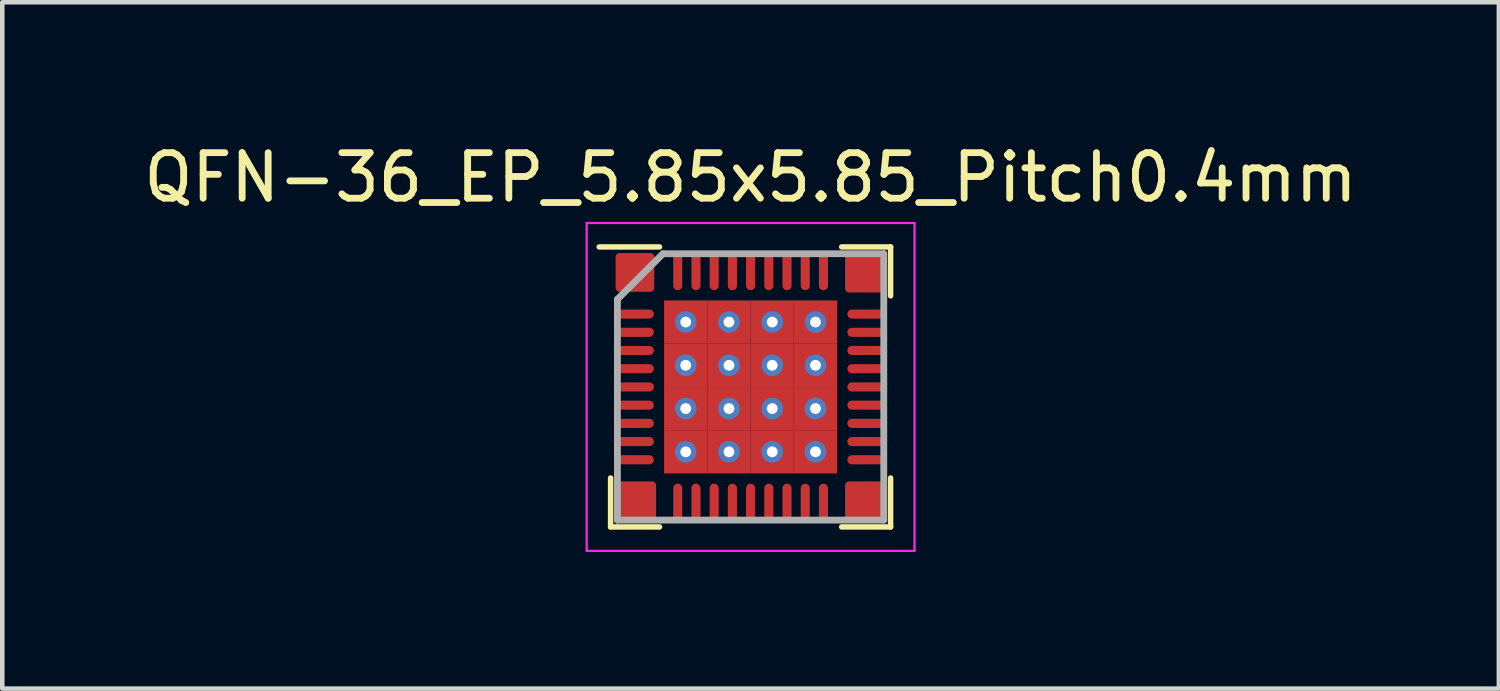
<source format=kicad_pcb>
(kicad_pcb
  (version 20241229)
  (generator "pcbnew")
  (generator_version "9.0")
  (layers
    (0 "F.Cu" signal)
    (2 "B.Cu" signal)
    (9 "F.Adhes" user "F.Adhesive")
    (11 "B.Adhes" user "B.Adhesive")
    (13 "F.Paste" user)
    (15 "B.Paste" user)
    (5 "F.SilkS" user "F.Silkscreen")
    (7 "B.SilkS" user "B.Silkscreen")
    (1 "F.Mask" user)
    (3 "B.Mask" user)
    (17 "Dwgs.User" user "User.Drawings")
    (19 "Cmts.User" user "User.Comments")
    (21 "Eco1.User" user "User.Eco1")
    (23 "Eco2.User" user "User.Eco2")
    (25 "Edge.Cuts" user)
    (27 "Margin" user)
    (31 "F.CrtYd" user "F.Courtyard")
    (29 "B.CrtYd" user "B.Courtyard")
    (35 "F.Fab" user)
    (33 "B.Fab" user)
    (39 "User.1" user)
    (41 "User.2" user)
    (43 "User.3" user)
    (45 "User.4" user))
  (footprint "QFN-36_EP_5.85x5.85_Pitch0.4mm"
    (layer "F.Cu")
    (at 13.435 5.448)
    (property "Reference" "QFN-36_EP_5.85x5.85_Pitch0.4mm" (at 0 -4.6 0) (layer "F.SilkS") (effects (font (size 1 1) (thickness 0.15))))
    (attr smd)
    (fp_line (start -3.075 3.075) (end -3.075 2) (stroke (width 0.12) (type solid)) (layer "F.SilkS"))
    (fp_line (start -2 -3.075) (end -3.325 -3.075) (stroke (width 0.12) (type solid)) (layer "F.SilkS"))
    (fp_line (start -2 3.075) (end -3.075 3.075) (stroke (width 0.12) (type solid)) (layer "F.SilkS"))
    (fp_line (start 2 -3.075) (end 3.075 -3.075) (stroke (width 0.12) (type solid)) (layer "F.SilkS"))
    (fp_line (start 2 3.075) (end 3.075 3.075) (stroke (width 0.12) (type solid)) (layer "F.SilkS"))
    (fp_line (start 3.075 -3.075) (end 3.075 -2) (stroke (width 0.12) (type solid)) (layer "F.SilkS"))
    (fp_line (start 3.075 3.075) (end 3.075 2) (stroke (width 0.12) (type solid)) (layer "F.SilkS"))
    (fp_line (start -3.6 -3.6) (end 3.6 -3.6) (stroke (width 0.05) (type solid)) (layer "F.CrtYd"))
    (fp_line (start -3.6 3.6) (end -3.6 -3.6) (stroke (width 0.05) (type solid)) (layer "F.CrtYd"))
    (fp_line (start 3.6 -3.6) (end 3.6 3.6) (stroke (width 0.05) (type solid)) (layer "F.CrtYd"))
    (fp_line (start 3.6 3.6) (end -3.6 3.6) (stroke (width 0.05) (type solid)) (layer "F.CrtYd"))
    (fp_line (start -2.925 -1.925) (end -2.925 2.925) (stroke (width 0.15) (type solid)) (layer "F.Fab"))
    (fp_line (start -2.925 2.925) (end 2.925 2.925) (stroke (width 0.15) (type solid)) (layer "F.Fab"))
    (fp_line (start -1.925 -2.925) (end -2.925 -1.925) (stroke (width 0.15) (type solid)) (layer "F.Fab"))
    (fp_line (start 2.925 -2.925) (end -1.925 -2.925) (stroke (width 0.15) (type solid)) (layer "F.Fab"))
    (fp_line (start 2.925 2.925) (end 2.925 -2.925) (stroke (width 0.15) (type solid)) (layer "F.Fab"))
    (pad "" smd roundrect (at -2.54 -2.515) (size 0.85 0.85) (layers "F.Cu" "F.Mask" "F.Paste") (roundrect_rratio 0.1))
    (pad "" smd roundrect (at -2.5 2.5) (size 0.85 0.85) (layers "F.Cu" "F.Mask" "F.Paste") (roundrect_rratio 0.1))
    (pad "" smd roundrect (at 2.5 -2.5) (size 0.85 0.85) (layers "F.Cu" "F.Mask" "F.Paste") (roundrect_rratio 0.1))
    (pad "" smd roundrect (at 2.5 2.5) (size 0.85 0.85) (layers "F.Cu" "F.Mask" "F.Paste") (roundrect_rratio 0.1))
    (pad "1" smd oval (at -2.525 -1.6 90) (size 0.2 0.8) (layers "F.Cu" "F.Mask" "F.Paste"))
    (pad "2" smd oval (at -2.525 -1.2 90) (size 0.2 0.8) (layers "F.Cu" "F.Mask" "F.Paste"))
    (pad "3" smd oval (at -2.525 -0.8 90) (size 0.2 0.8) (layers "F.Cu" "F.Mask" "F.Paste"))
    (pad "4" smd oval (at -2.525 -0.4 90) (size 0.2 0.8) (layers "F.Cu" "F.Mask" "F.Paste"))
    (pad "5" smd oval (at -2.525 0 90) (size 0.2 0.8) (layers "F.Cu" "F.Mask" "F.Paste"))
    (pad "6" smd oval (at -2.525 0.4 90) (size 0.2 0.8) (layers "F.Cu" "F.Mask" "F.Paste"))
    (pad "7" smd oval (at -2.525 0.8 90) (size 0.2 0.8) (layers "F.Cu" "F.Mask" "F.Paste"))
    (pad "8" smd oval (at -2.525 1.2 90) (size 0.2 0.8) (layers "F.Cu" "F.Mask" "F.Paste"))
    (pad "9" smd oval (at -2.525 1.6 90) (size 0.2 0.8) (layers "F.Cu" "F.Mask" "F.Paste"))
    (pad "10" smd oval (at -1.6 2.525) (size 0.2 0.8) (layers "F.Cu" "F.Mask" "F.Paste"))
    (pad "11" smd oval (at -1.2 2.525) (size 0.2 0.8) (layers "F.Cu" "F.Mask" "F.Paste"))
    (pad "12" smd oval (at -0.8 2.525) (size 0.2 0.8) (layers "F.Cu" "F.Mask" "F.Paste"))
    (pad "13" smd oval (at -0.4 2.525) (size 0.2 0.8) (layers "F.Cu" "F.Mask" "F.Paste"))
    (pad "14" smd oval (at 0 2.525) (size 0.2 0.8) (layers "F.Cu" "F.Mask" "F.Paste"))
    (pad "15" smd oval (at 0.4 2.525) (size 0.2 0.8) (layers "F.Cu" "F.Mask" "F.Paste"))
    (pad "16" smd oval (at 0.8 2.525) (size 0.2 0.8) (layers "F.Cu" "F.Mask" "F.Paste"))
    (pad "17" smd oval (at 1.2 2.525) (size 0.2 0.8) (layers "F.Cu" "F.Mask" "F.Paste"))
    (pad "18" smd oval (at 1.6 2.525) (size 0.2 0.8) (layers "F.Cu" "F.Mask" "F.Paste"))
    (pad "19" smd oval (at 2.525 1.6 90) (size 0.2 0.8) (layers "F.Cu" "F.Mask" "F.Paste"))
    (pad "20" smd oval (at 2.525 1.2 90) (size 0.2 0.8) (layers "F.Cu" "F.Mask" "F.Paste"))
    (pad "21" smd oval (at 2.525 0.8 90) (size 0.2 0.8) (layers "F.Cu" "F.Mask" "F.Paste"))
    (pad "22" smd oval (at 2.525 0.4 90) (size 0.2 0.8) (layers "F.Cu" "F.Mask" "F.Paste"))
    (pad "23" smd oval (at 2.525 0 90) (size 0.2 0.8) (layers "F.Cu" "F.Mask" "F.Paste"))
    (pad "24" smd oval (at 2.525 -0.4 90) (size 0.2 0.8) (layers "F.Cu" "F.Mask" "F.Paste"))
    (pad "25" smd oval (at 2.525 -0.8 90) (size 0.2 0.8) (layers "F.Cu" "F.Mask" "F.Paste"))
    (pad "26" smd oval (at 2.525 -1.2 90) (size 0.2 0.8) (layers "F.Cu" "F.Mask" "F.Paste"))
    (pad "27" smd oval (at 2.525 -1.6 90) (size 0.2 0.8) (layers "F.Cu" "F.Mask" "F.Paste"))
    (pad "28" smd oval (at 1.6 -2.525) (size 0.2 0.8) (layers "F.Cu" "F.Mask" "F.Paste"))
    (pad "29" smd oval (at 1.2 -2.525) (size 0.2 0.8) (layers "F.Cu" "F.Mask" "F.Paste"))
    (pad "30" smd oval (at 0.8 -2.525) (size 0.2 0.8) (layers "F.Cu" "F.Mask" "F.Paste"))
    (pad "31" smd oval (at 0.4 -2.525) (size 0.2 0.8) (layers "F.Cu" "F.Mask" "F.Paste"))
    (pad "32" smd oval (at 0 -2.525) (size 0.2 0.8) (layers "F.Cu" "F.Mask" "F.Paste"))
    (pad "33" smd oval (at -0.4 -2.525) (size 0.2 0.8) (layers "F.Cu" "F.Mask" "F.Paste"))
    (pad "34" smd oval (at -0.8 -2.525) (size 0.2 0.8) (layers "F.Cu" "F.Mask" "F.Paste"))
    (pad "35" smd oval (at -1.2 -2.525) (size 0.2 0.8) (layers "F.Cu" "F.Mask" "F.Paste"))
    (pad "36" smd oval (at -1.6 -2.525) (size 0.2 0.8) (layers "F.Cu" "F.Mask" "F.Paste"))
    (pad "37" thru_hole circle (at -1.425 -1.425) (size 0.475 0.475) (drill 0.237) (layers "*.Cu" "*.Mask"))
    (pad "37" smd rect (at -1.425 -1.425) (size 0.95 0.95) (layers "F.Cu" "F.Mask" "F.Paste"))
    (pad "37" thru_hole circle (at -1.425 -0.475) (size 0.475 0.475) (drill 0.237) (layers "*.Cu" "*.Mask"))
    (pad "37" smd rect (at -1.425 -0.475) (size 0.95 0.95) (layers "F.Cu" "F.Mask" "F.Paste"))
    (pad "37" thru_hole circle (at -1.425 0.475) (size 0.475 0.475) (drill 0.237) (layers "*.Cu" "*.Mask"))
    (pad "37" smd rect (at -1.425 0.475) (size 0.95 0.95) (layers "F.Cu" "F.Mask" "F.Paste"))
    (pad "37" thru_hole circle (at -1.425 1.425) (size 0.475 0.475) (drill 0.237) (layers "*.Cu" "*.Mask"))
    (pad "37" smd rect (at -1.425 1.425) (size 0.95 0.95) (layers "F.Cu" "F.Mask" "F.Paste"))
    (pad "37" thru_hole circle (at -0.475 -1.425) (size 0.475 0.475) (drill 0.237) (layers "*.Cu" "*.Mask"))
    (pad "37" smd rect (at -0.475 -1.425) (size 0.95 0.95) (layers "F.Cu" "F.Mask" "F.Paste"))
    (pad "37" thru_hole circle (at -0.475 -0.475) (size 0.475 0.475) (drill 0.237) (layers "*.Cu" "*.Mask"))
    (pad "37" smd rect (at -0.475 -0.475) (size 0.95 0.95) (layers "F.Cu" "F.Mask" "F.Paste"))
    (pad "37" thru_hole circle (at -0.475 0.475) (size 0.475 0.475) (drill 0.237) (layers "*.Cu" "*.Mask"))
    (pad "37" smd rect (at -0.475 0.475) (size 0.95 0.95) (layers "F.Cu" "F.Mask" "F.Paste"))
    (pad "37" thru_hole circle (at -0.475 1.425) (size 0.475 0.475) (drill 0.237) (layers "*.Cu" "*.Mask"))
    (pad "37" smd rect (at -0.475 1.425) (size 0.95 0.95) (layers "F.Cu" "F.Mask" "F.Paste"))
    (pad "37" thru_hole circle (at 0.475 -1.425) (size 0.475 0.475) (drill 0.237) (layers "*.Cu" "*.Mask"))
    (pad "37" smd rect (at 0.475 -1.425) (size 0.95 0.95) (layers "F.Cu" "F.Mask" "F.Paste"))
    (pad "37" thru_hole circle (at 0.475 -0.475) (size 0.475 0.475) (drill 0.237) (layers "*.Cu" "*.Mask"))
    (pad "37" smd rect (at 0.475 -0.475) (size 0.95 0.95) (layers "F.Cu" "F.Mask" "F.Paste"))
    (pad "37" thru_hole circle (at 0.475 0.475) (size 0.475 0.475) (drill 0.237) (layers "*.Cu" "*.Mask"))
    (pad "37" smd rect (at 0.475 0.475) (size 0.95 0.95) (layers "F.Cu" "F.Mask" "F.Paste"))
    (pad "37" thru_hole circle (at 0.475 1.425) (size 0.475 0.475) (drill 0.237) (layers "*.Cu" "*.Mask"))
    (pad "37" smd rect (at 0.475 1.425) (size 0.95 0.95) (layers "F.Cu" "F.Mask" "F.Paste"))
    (pad "37" thru_hole circle (at 1.425 -1.425) (size 0.475 0.475) (drill 0.237) (layers "*.Cu" "*.Mask"))
    (pad "37" smd rect (at 1.425 -1.425) (size 0.95 0.95) (layers "F.Cu" "F.Mask" "F.Paste"))
    (pad "37" thru_hole circle (at 1.425 -0.475) (size 0.475 0.475) (drill 0.237) (layers "*.Cu" "*.Mask"))
    (pad "37" smd rect (at 1.425 -0.475) (size 0.95 0.95) (layers "F.Cu" "F.Mask" "F.Paste"))
    (pad "37" thru_hole circle (at 1.425 0.475) (size 0.475 0.475) (drill 0.237) (layers "*.Cu" "*.Mask"))
    (pad "37" smd rect (at 1.425 0.475) (size 0.95 0.95) (layers "F.Cu" "F.Mask" "F.Paste"))
    (pad "37" thru_hole circle (at 1.425 1.425) (size 0.475 0.475) (drill 0.237) (layers "*.Cu" "*.Mask"))
    (pad "37" smd rect (at 1.425 1.425) (size 0.95 0.95) (layers "F.Cu" "F.Mask" "F.Paste")))
  (gr_rect
    (start -3 -3)
    (end 29.869 12.073)
    (stroke (width 0.1) (type default))
    (fill no)
    (layer "Edge.Cuts")))
</source>
